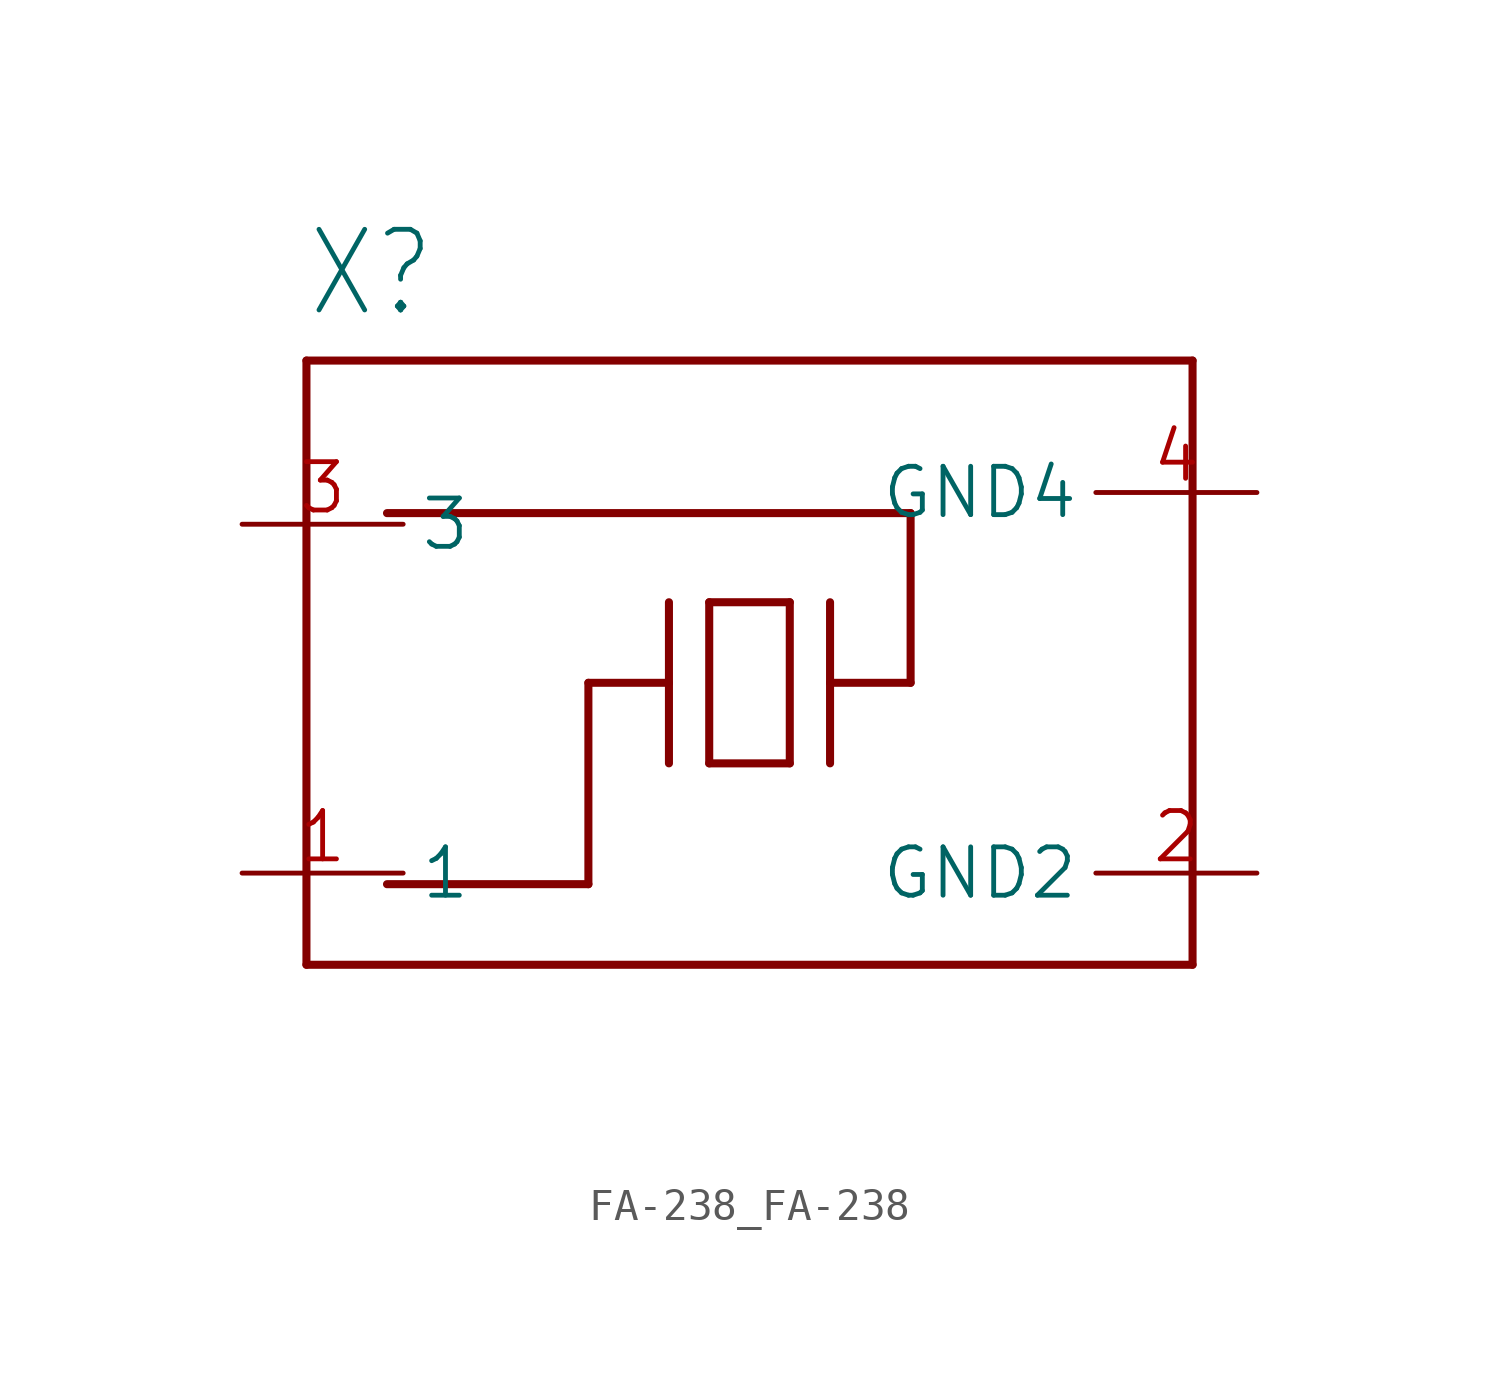
<source format=kicad_sym>
(kicad_symbol_lib
  (version 20241209)
  (generator "kicad_symbol_editor")
  (generator_version "9.0")
  (symbol "FA-238_FA-238"
    (property "Reference" "X"
      (at -13.983 11.438 0)
      (effects (font (size 2.542 2.161)) (justify left bottom)))
    (property "Value" ""
      (at -13.983 -12.712 0)
      (effects (font (size 2.542 2.161)) (justify left bottom)))
    (property "ki_locked" ""
      (at 0 0 0)
      (effects (font (size 1.27 1.27))))
    (symbol "FA-238_FA-238_1_0"
      (polyline (pts (xy -13.97 10.16) (xy -13.97 -8.89)) (stroke (width 0.254) (type solid)) (fill (type none)))
      (polyline (pts (xy -13.97 -8.89) (xy 13.97 -8.89)) (stroke (width 0.254) (type solid)) (fill (type none)))
      (polyline (pts (xy -11.43 -6.35) (xy -5.08 -6.35)) (stroke (width 0.254) (type solid)) (fill (type none)))
      (polyline (pts (xy -5.08 -6.35) (xy -5.08 0)) (stroke (width 0.254) (type solid)) (fill (type none)))
      (polyline (pts (xy -2.54 2.54) (xy -2.54 0)) (stroke (width 0.254) (type solid)) (fill (type none)))
      (polyline (pts (xy -2.54 0) (xy -5.08 0)) (stroke (width 0.254) (type solid)) (fill (type none)))
      (polyline (pts (xy -2.54 0) (xy -2.54 -2.54)) (stroke (width 0.254) (type solid)) (fill (type none)))
      (polyline (pts (xy -1.27 2.54) (xy -1.27 -2.54)) (stroke (width 0.254) (type solid)) (fill (type none)))
      (polyline (pts (xy -1.27 2.54) (xy 1.27 2.54)) (stroke (width 0.254) (type solid)) (fill (type none)))
      (polyline (pts (xy -1.27 -2.54) (xy 1.27 -2.54)) (stroke (width 0.254) (type solid)) (fill (type none)))
      (polyline (pts (xy 1.27 -2.54) (xy 1.27 2.54)) (stroke (width 0.254) (type solid)) (fill (type none)))
      (polyline (pts (xy 2.54 2.54) (xy 2.54 0)) (stroke (width 0.254) (type solid)) (fill (type none)))
      (polyline (pts (xy 2.54 0) (xy 2.54 -2.54)) (stroke (width 0.254) (type solid)) (fill (type none)))
      (polyline (pts (xy 2.54 0) (xy 5.08 0)) (stroke (width 0.254) (type solid)) (fill (type none)))
      (polyline (pts (xy 5.08 5.35) (xy -11.43 5.35)) (stroke (width 0.254) (type solid)) (fill (type none)))
      (polyline (pts (xy 5.08 0) (xy 5.08 5.35)) (stroke (width 0.254) (type solid)) (fill (type none)))
      (polyline (pts (xy 13.97 10.16) (xy -13.97 10.16)) (stroke (width 0.254) (type solid)) (fill (type none)))
      (polyline (pts (xy 13.97 -8.89) (xy 13.97 10.16)) (stroke (width 0.254) (type solid)) (fill (type none)))
      (pin passive line (at -16 5 0) (length 5.08) (name "3" (effects (font (size 1.524 1.524)))) (number "3" (effects (font (size 1.524 1.524)))))
      (pin passive line (at -16 -6 0) (length 5.08) (name "1" (effects (font (size 1.524 1.524)))) (number "1" (effects (font (size 1.524 1.524)))))
      (pin passive line (at 16 6 180) (length 5.08) (name "GND4" (effects (font (size 1.524 1.524)))) (number "4" (effects (font (size 1.524 1.524)))))
      (pin passive line (at 16 -6 180) (length 5.08) (name "GND2" (effects (font (size 1.524 1.524)))) (number "2" (effects (font (size 1.524 1.524))))))))
</source>
